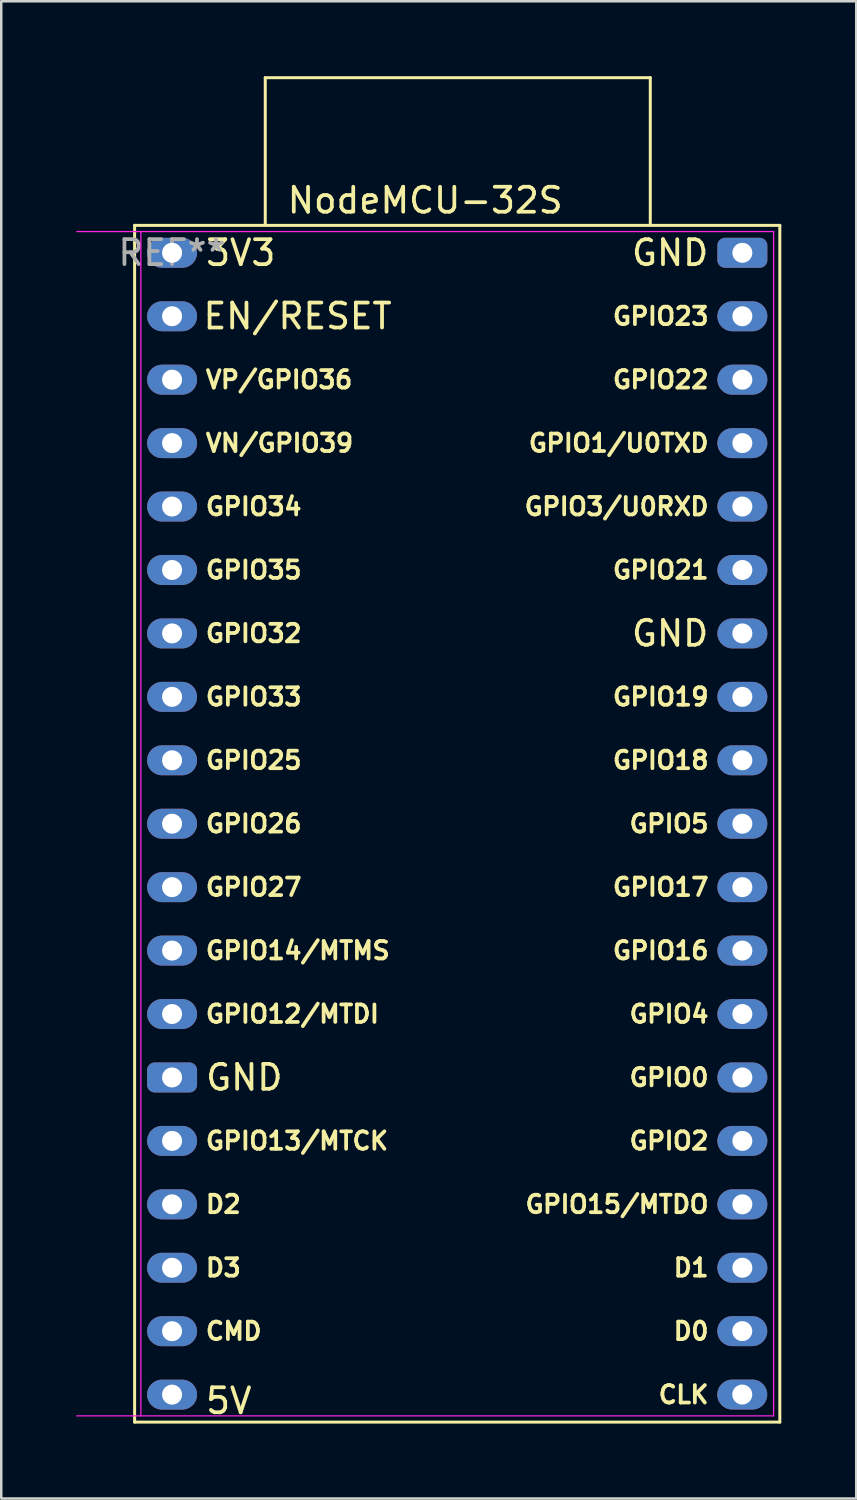
<source format=kicad_pcb>
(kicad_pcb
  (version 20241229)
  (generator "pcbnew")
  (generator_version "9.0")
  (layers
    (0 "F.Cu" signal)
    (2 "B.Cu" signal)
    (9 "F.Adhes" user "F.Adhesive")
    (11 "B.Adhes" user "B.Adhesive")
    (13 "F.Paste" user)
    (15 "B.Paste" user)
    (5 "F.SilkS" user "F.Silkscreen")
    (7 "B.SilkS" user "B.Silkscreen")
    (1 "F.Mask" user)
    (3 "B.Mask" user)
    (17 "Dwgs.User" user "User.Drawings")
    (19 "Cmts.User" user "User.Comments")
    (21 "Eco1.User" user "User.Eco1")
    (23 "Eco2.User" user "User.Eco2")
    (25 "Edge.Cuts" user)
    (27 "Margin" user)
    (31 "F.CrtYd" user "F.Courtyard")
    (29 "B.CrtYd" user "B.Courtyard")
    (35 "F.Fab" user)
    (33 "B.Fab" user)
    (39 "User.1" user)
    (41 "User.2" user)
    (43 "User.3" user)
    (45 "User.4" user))
  (footprint "NodeMCU-32S"
    (layer "F.Cu")
    (at 2.565 7.07)
    (property "Reference" "NodeMCU-32S" (at 11.41 -2.097 0) (layer "F.SilkS") (effects (font (size 1 1) (thickness 0.15))))
    (attr through_hole)
    (fp_line (start -0.225 46.823) (end 25.61 46.823) (stroke (width 0.12) (type solid)) (layer "F.SilkS"))
    (fp_line (start -0.225 -1.097) (end -0.225 46.823) (stroke (width 0.12) (type solid)) (layer "F.SilkS"))
    (fp_line (start 5.006 -7.01) (end 20.423 -7.01) (stroke (width 0.12) (type solid)) (layer "F.SilkS"))
    (fp_line (start 5.006 -1.118) (end 5.006 -7.01) (stroke (width 0.12) (type solid)) (layer "F.SilkS"))
    (fp_line (start 20.423 -7.01) (end 20.423 -1.118) (stroke (width 0.12) (type solid)) (layer "F.SilkS"))
    (fp_line (start 25.61 46.823) (end 25.61 -1.097) (stroke (width 0.12) (type solid)) (layer "F.SilkS"))
    (fp_line (start 25.61 -1.097) (end -0.225 -1.097) (stroke (width 0.12) (type solid)) (layer "F.SilkS"))
    (fp_line (start -2.54 -0.847) (end 25.36 -0.847) (stroke (width 0.05) (type solid)) (layer "F.CrtYd"))
    (fp_line (start 0.025 46.573) (end 0.025 -0.847) (stroke (width 0.05) (type solid)) (layer "F.CrtYd"))
    (fp_line (start 25.36 -0.847) (end 25.36 46.573) (stroke (width 0.05) (type solid)) (layer "F.CrtYd"))
    (fp_line (start 25.36 46.573) (end -2.54 46.573) (stroke (width 0.05) (type solid)) (layer "F.CrtYd"))
    (fp_text user "GPIO35" (at 2.545 12.703 0) (unlocked yes) (layer "F.SilkS") (effects (font (size 0.7 0.7) (thickness 0.15)) (justify left)))
    (fp_text user "GPIO4" (at 22.84 30.483 0) (unlocked yes) (layer "F.SilkS") (effects (font (size 0.7 0.7) (thickness 0.15)) (justify right)))
    (fp_text user "GPIO27" (at 2.545 25.403 0) (unlocked yes) (layer "F.SilkS") (effects (font (size 0.7 0.7) (thickness 0.15)) (justify left)))
    (fp_text user "GND" (at 22.84 0.003 0) (unlocked yes) (layer "F.SilkS") (effects (font (size 1 1) (thickness 0.15)) (justify right)))
    (fp_text user "GPIO1/U0TXD" (at 22.84 7.623 0) (unlocked yes) (layer "F.SilkS") (effects (font (size 0.7 0.7) (thickness 0.15)) (justify right)))
    (fp_text user "GPIO5" (at 22.84 22.863 0) (unlocked yes) (layer "F.SilkS") (effects (font (size 0.7 0.7) (thickness 0.15)) (justify right)))
    (fp_text user "GPIO19" (at 22.84 17.783 0) (unlocked yes) (layer "F.SilkS") (effects (font (size 0.7 0.7) (thickness 0.15)) (justify right)))
    (fp_text user "GPIO17" (at 22.84 25.403 0) (unlocked yes) (layer "F.SilkS") (effects (font (size 0.7 0.7) (thickness 0.15)) (justify right)))
    (fp_text user "D0" (at 22.84 43.183 0) (unlocked yes) (layer "F.SilkS") (effects (font (size 0.7 0.7) (thickness 0.15)) (justify right)))
    (fp_text user "GPIO33" (at 2.545 17.783 0) (unlocked yes) (layer "F.SilkS") (effects (font (size 0.7 0.7) (thickness 0.15)) (justify left)))
    (fp_text user "GPIO32" (at 2.545 15.243 0) (unlocked yes) (layer "F.SilkS") (effects (font (size 0.7 0.7) (thickness 0.15)) (justify left)))
    (fp_text user "D3" (at 2.545 40.643 0) (unlocked yes) (layer "F.SilkS") (effects (font (size 0.7 0.7) (thickness 0.15)) (justify left)))
    (fp_text user "CLK" (at 22.84 45.723 0) (unlocked yes) (layer "F.SilkS") (effects (font (size 0.7 0.7) (thickness 0.15)) (justify right)))
    (fp_text user "GPIO22" (at 22.84 5.083 0) (unlocked yes) (layer "F.SilkS") (effects (font (size 0.7 0.7) (thickness 0.15)) (justify right)))
    (fp_text user "GPIO13/MTCK" (at 2.545 35.563 0) (unlocked yes) (layer "F.SilkS") (effects (font (size 0.7 0.7) (thickness 0.15)) (justify left)))
    (fp_text user "3V3" (at 2.545 0.003 0) (unlocked yes) (layer "F.SilkS") (effects (font (size 1 1) (thickness 0.15)) (justify left)))
    (fp_text user "GPIO14/MTMS" (at 2.545 27.943 0) (unlocked yes) (layer "F.SilkS") (effects (font (size 0.7 0.7) (thickness 0.15)) (justify left)))
    (fp_text user "GPIO0" (at 22.84 33.023 0) (unlocked yes) (layer "F.SilkS") (effects (font (size 0.7 0.7) (thickness 0.15)) (justify right)))
    (fp_text user "GND" (at 2.545 33.023 0) (unlocked yes) (layer "F.SilkS") (effects (font (size 1 1) (thickness 0.15)) (justify left)))
    (fp_text user "GPIO15/MTDO" (at 22.84 38.103 0) (unlocked yes) (layer "F.SilkS") (effects (font (size 0.7 0.7) (thickness 0.15)) (justify right)))
    (fp_text user "GPIO26" (at 2.545 22.863 0) (unlocked yes) (layer "F.SilkS") (effects (font (size 0.7 0.7) (thickness 0.15)) (justify left)))
    (fp_text user "GPIO34" (at 2.545 10.163 0) (unlocked yes) (layer "F.SilkS") (effects (font (size 0.7 0.7) (thickness 0.15)) (justify left)))
    (fp_text user "D1" (at 22.84 40.643 0) (unlocked yes) (layer "F.SilkS") (effects (font (size 0.7 0.7) (thickness 0.15)) (justify right)))
    (fp_text user "GPIO23" (at 22.84 2.543 0) (unlocked yes) (layer "F.SilkS") (effects (font (size 0.7 0.7) (thickness 0.15)) (justify right)))
    (fp_text user "GPIO12/MTDI" (at 2.545 30.483 0) (unlocked yes) (layer "F.SilkS") (effects (font (size 0.7 0.7) (thickness 0.15)) (justify left)))
    (fp_text user "VN/GPIO39" (at 2.545 7.623 0) (unlocked yes) (layer "F.SilkS") (effects (font (size 0.7 0.7) (thickness 0.15)) (justify left)))
    (fp_text user "GPIO2" (at 22.84 35.563 0) (unlocked yes) (layer "F.SilkS") (effects (font (size 0.7 0.7) (thickness 0.15)) (justify right)))
    (fp_text user "CMD" (at 2.545 43.183 0) (unlocked yes) (layer "F.SilkS") (effects (font (size 0.7 0.7) (thickness 0.15)) (justify left)))
    (fp_text user "GPIO16" (at 22.84 27.943 0) (unlocked yes) (layer "F.SilkS") (effects (font (size 0.7 0.7) (thickness 0.15)) (justify right)))
    (fp_text user "5V" (at 2.542 45.974 0) (unlocked yes) (layer "F.SilkS") (effects (font (size 1 1) (thickness 0.15)) (justify left)))
    (fp_text user "GPIO3/U0RXD" (at 22.84 10.163 0) (unlocked yes) (layer "F.SilkS") (effects (font (size 0.7 0.7) (thickness 0.15)) (justify right)))
    (fp_text user "GPIO25" (at 2.545 20.323 0) (unlocked yes) (layer "F.SilkS") (effects (font (size 0.7 0.7) (thickness 0.15)) (justify left)))
    (fp_text user "GPIO18" (at 22.84 20.323 0) (unlocked yes) (layer "F.SilkS") (effects (font (size 0.7 0.7) (thickness 0.15)) (justify right)))
    (fp_text user "VP/GPIO36" (at 2.545 5.083 0) (unlocked yes) (layer "F.SilkS") (effects (font (size 0.7 0.7) (thickness 0.15)) (justify left)))
    (fp_text user "EN/RESET" (at 10.162 2.54 0) (unlocked yes) (layer "F.SilkS") (effects (font (size 1 1) (thickness 0.15)) (justify right)))
    (fp_text user "D2" (at 2.545 38.103 0) (unlocked yes) (layer "F.SilkS") (effects (font (size 0.7 0.7) (thickness 0.15)) (justify left)))
    (fp_text user "GPIO21" (at 22.84 12.703 0) (unlocked yes) (layer "F.SilkS") (effects (font (size 0.7 0.7) (thickness 0.15)) (justify right)))
    (fp_text user "GND" (at 22.84 15.243 0) (unlocked yes) (layer "F.SilkS") (effects (font (size 1 1) (thickness 0.15)) (justify right)))
    (fp_text user "REF**" (at 1.272 0 0) (layer "F.Fab") (effects (font (size 1 1) (thickness 0.15))))
    (pad "1" thru_hole oval (at 1.275 0.003 270) (size 1.2 2) (drill 0.8) (layers "*.Cu" "*.Mask"))
    (pad "2" thru_hole oval (at 1.275 2.543 270) (size 1.2 2) (drill 0.8) (layers "*.Cu" "*.Mask"))
    (pad "3" thru_hole oval (at 1.275 5.083 270) (size 1.2 2) (drill 0.8) (layers "*.Cu" "*.Mask"))
    (pad "4" thru_hole oval (at 1.275 7.623 270) (size 1.2 2) (drill 0.8) (layers "*.Cu" "*.Mask"))
    (pad "5" thru_hole oval (at 1.275 10.163 270) (size 1.2 2) (drill 0.8) (layers "*.Cu" "*.Mask"))
    (pad "6" thru_hole oval (at 1.275 12.703 270) (size 1.2 2) (drill 0.8) (layers "*.Cu" "*.Mask"))
    (pad "7" thru_hole oval (at 1.275 15.243 270) (size 1.2 2) (drill 0.8) (layers "*.Cu" "*.Mask"))
    (pad "8" thru_hole oval (at 1.275 17.783 270) (size 1.2 2) (drill 0.8) (layers "*.Cu" "*.Mask"))
    (pad "9" thru_hole oval (at 1.275 20.323 270) (size 1.2 2) (drill 0.8) (layers "*.Cu" "*.Mask"))
    (pad "10" thru_hole oval (at 1.275 22.863 270) (size 1.2 2) (drill 0.8) (layers "*.Cu" "*.Mask"))
    (pad "11" thru_hole oval (at 1.275 25.403 270) (size 1.2 2) (drill 0.8) (layers "*.Cu" "*.Mask"))
    (pad "12" thru_hole oval (at 1.275 27.943 270) (size 1.2 2) (drill 0.8) (layers "*.Cu" "*.Mask"))
    (pad "13" thru_hole oval (at 1.275 30.483 270) (size 1.2 2) (drill 0.8) (layers "*.Cu" "*.Mask"))
    (pad "14" thru_hole roundrect (at 1.275 33.023 270) (size 1.2 2) (drill 0.8) (layers "*.Cu" "*.Mask") (roundrect_rratio 0.25))
    (pad "15" thru_hole oval (at 1.275 35.563 270) (size 1.2 2) (drill 0.8) (layers "*.Cu" "*.Mask"))
    (pad "16" thru_hole oval (at 1.275 38.103 270) (size 1.2 2) (drill 0.8) (layers "*.Cu" "*.Mask"))
    (pad "17" thru_hole oval (at 1.275 40.643 270) (size 1.2 2) (drill 0.8) (layers "*.Cu" "*.Mask"))
    (pad "18" thru_hole oval (at 1.275 43.183 270) (size 1.2 2) (drill 0.8) (layers "*.Cu" "*.Mask"))
    (pad "19" thru_hole oval (at 1.275 45.723 270) (size 1.2 2) (drill 0.8) (layers "*.Cu" "*.Mask"))
    (pad "20" thru_hole oval (at 24.106 45.72 270) (size 1.2 2) (drill 0.8) (layers "*.Cu" "*.Mask"))
    (pad "21" thru_hole oval (at 24.106 43.18 270) (size 1.2 2) (drill 0.8) (layers "*.Cu" "*.Mask"))
    (pad "22" thru_hole oval (at 24.11 40.643 270) (size 1.2 2) (drill 0.8) (layers "*.Cu" "*.Mask"))
    (pad "23" thru_hole oval (at 24.11 38.103 270) (size 1.2 2) (drill 0.8) (layers "*.Cu" "*.Mask"))
    (pad "24" thru_hole oval (at 24.11 35.563 270) (size 1.2 2) (drill 0.8) (layers "*.Cu" "*.Mask"))
    (pad "25" thru_hole oval (at 24.11 33.023 270) (size 1.2 2) (drill 0.8) (layers "*.Cu" "*.Mask"))
    (pad "26" thru_hole oval (at 24.11 30.483 270) (size 1.2 2) (drill 0.8) (layers "*.Cu" "*.Mask"))
    (pad "27" thru_hole oval (at 24.11 27.943 270) (size 1.2 2) (drill 0.8) (layers "*.Cu" "*.Mask"))
    (pad "28" thru_hole oval (at 24.11 25.403 270) (size 1.2 2) (drill 0.8) (layers "*.Cu" "*.Mask"))
    (pad "29" thru_hole oval (at 24.11 22.863 270) (size 1.2 2) (drill 0.8) (layers "*.Cu" "*.Mask"))
    (pad "30" thru_hole oval (at 24.11 20.323 270) (size 1.2 2) (drill 0.8) (layers "*.Cu" "*.Mask"))
    (pad "31" thru_hole oval (at 24.11 17.783 270) (size 1.2 2) (drill 0.8) (layers "*.Cu" "*.Mask"))
    (pad "32" thru_hole oval (at 24.11 15.243 270) (size 1.2 2) (drill 0.8) (layers "*.Cu" "*.Mask"))
    (pad "33" thru_hole oval (at 24.11 12.703 270) (size 1.2 2) (drill 0.8) (layers "*.Cu" "*.Mask"))
    (pad "34" thru_hole oval (at 24.11 10.163 270) (size 1.2 2) (drill 0.8) (layers "*.Cu" "*.Mask"))
    (pad "35" thru_hole oval (at 24.11 7.623 270) (size 1.2 2) (drill 0.8) (layers "*.Cu" "*.Mask"))
    (pad "36" thru_hole oval (at 24.11 5.083 270) (size 1.2 2) (drill 0.8) (layers "*.Cu" "*.Mask"))
    (pad "37" thru_hole oval (at 24.11 2.543 270) (size 1.2 2) (drill 0.8) (layers "*.Cu" "*.Mask"))
    (pad "38" thru_hole roundrect (at 24.11 0.003 270) (size 1.2 2) (drill 0.8) (layers "*.Cu" "*.Mask") (roundrect_rratio 0.25)))
  (gr_rect
    (start -3 -3)
    (end 31.235 56.953)
    (stroke (width 0.1) (type default))
    (fill no)
    (layer "Edge.Cuts")))
</source>
